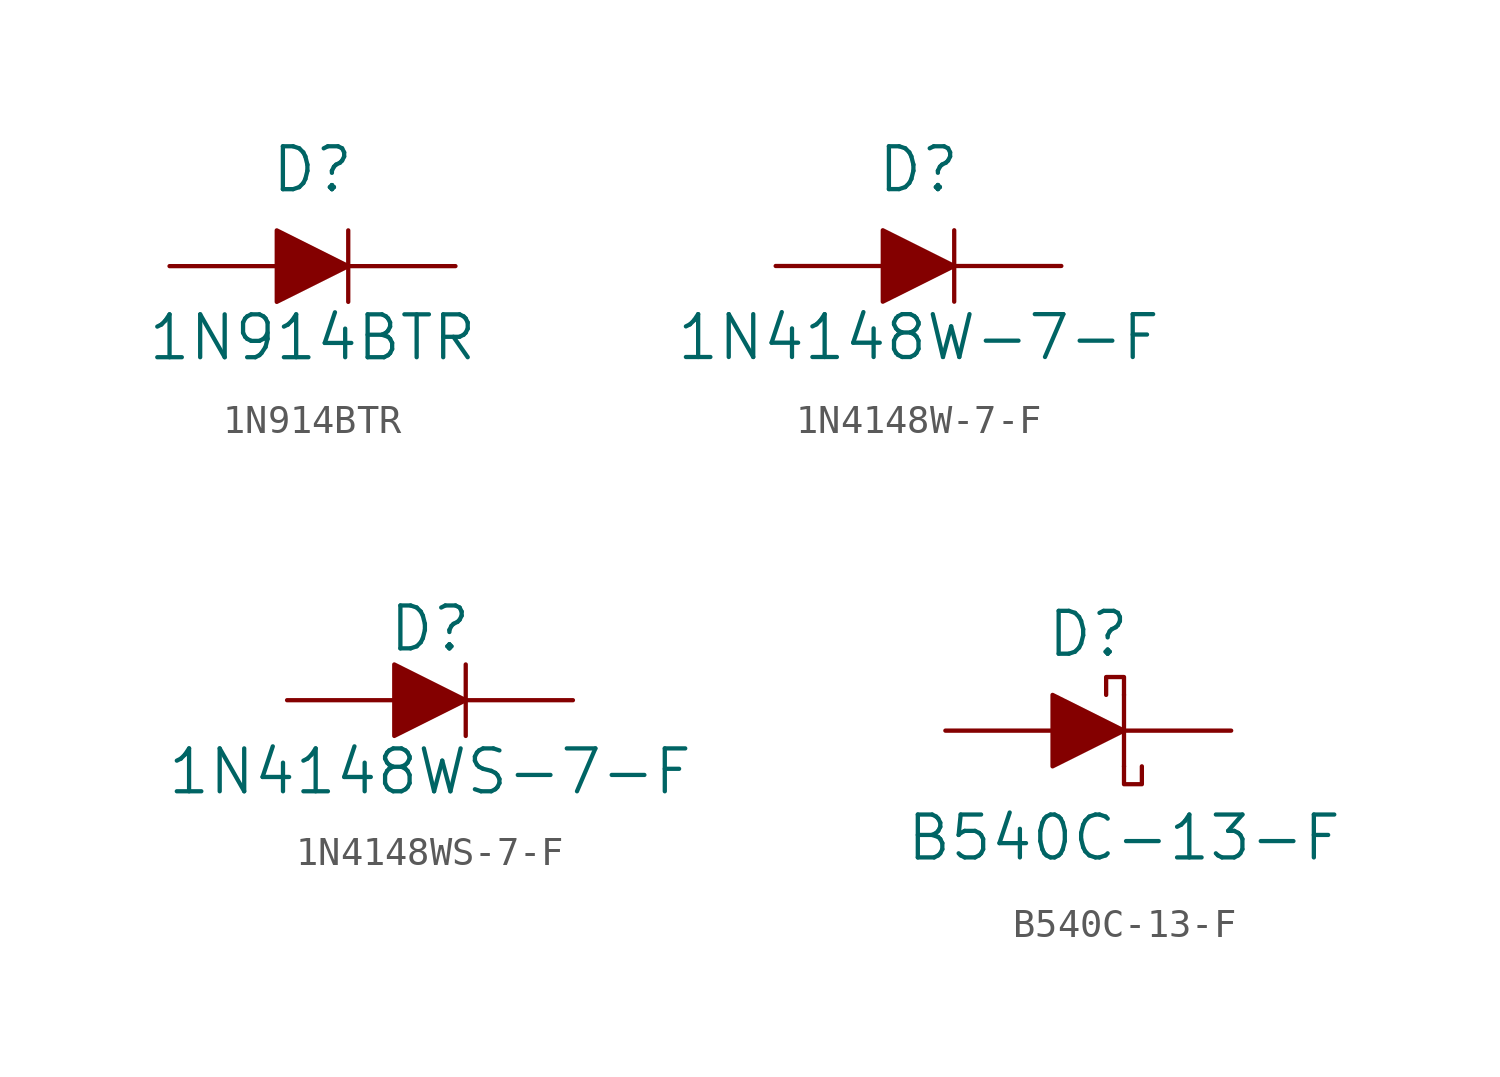
<source format=kicad_sym>
(kicad_symbol_lib
  (version 20220914)
  (generator kicad_symbol_editor)
  (symbol "1N914BTR"
    (pin_numbers hide)
    (pin_names
      (offset 0) hide)
    (property "Reference" "D"
      (at 0 2.54 0)
      (effects (font (size 1.524 1.524)) (justify bottom)))
    (property "Value" "1N914BTR"
      (at 0 -2.54 0)
      (effects (font (size 1.524 1.524))))
    (symbol "1N914BTR_0_1"
      (polyline (pts (xy 1.27 1.27) (xy 1.27 -1.27)) (stroke (width 0) (type default)) (fill (type none)))
      (polyline (pts (xy -1.27 1.27) (xy -1.27 -1.27) (xy 1.27 0) (xy -1.27 1.27)) (stroke (width 0) (type default)) (fill (type outline))))
    (symbol "1N914BTR_1_1"
      (pin passive line (at -5.08 0 0) (length 3.81) (name "~" (effects (font (size 1.27 1.27)))) (number "A" (effects (font (size 1.27 1.27)))))
      (pin passive line (at 5.08 0 180) (length 3.81) (name "~" (effects (font (size 1.27 1.27)))) (number "K" (effects (font (size 1.27 1.27)))))))
  (symbol "1N4148W-7-F"
    (pin_numbers hide)
    (pin_names
      (offset 0) hide)
    (property "Reference" "D"
      (at 0 2.54 0)
      (effects (font (size 1.524 1.524)) (justify bottom)))
    (property "Value" "1N4148W-7-F"
      (at 0 -2.54 0)
      (effects (font (size 1.524 1.524))))
    (symbol "1N4148W-7-F_0_1"
      (polyline (pts (xy 1.27 1.27) (xy 1.27 -1.27)) (stroke (width 0) (type default)) (fill (type none)))
      (polyline (pts (xy -1.27 1.27) (xy -1.27 -1.27) (xy 1.27 0) (xy -1.27 1.27)) (stroke (width 0) (type default)) (fill (type outline))))
    (symbol "1N4148W-7-F_1_1"
      (pin passive line (at -5.08 0 0) (length 3.81) (name "~" (effects (font (size 1.27 1.27)))) (number "A" (effects (font (size 1.27 1.27)))))
      (pin passive line (at 5.08 0 180) (length 3.81) (name "~" (effects (font (size 1.27 1.27)))) (number "K" (effects (font (size 1.27 1.27)))))))
  (symbol "1N4148WS-7-F"
    (pin_numbers hide)
    (pin_names
      (offset 0) hide)
    (property "Reference" "D"
      (at 0 2.54 0)
      (effects (font (size 1.524 1.524))))
    (property "Value" "1N4148WS-7-F"
      (at 0 -2.54 0)
      (effects (font (size 1.524 1.524))))
    (symbol "1N4148WS-7-F_0_1"
      (polyline (pts (xy 1.27 1.27) (xy 1.27 -1.27)) (stroke (width 0) (type default)) (fill (type none)))
      (polyline (pts (xy -1.27 1.27) (xy -1.27 -1.27) (xy 1.27 0) (xy -1.27 1.27)) (stroke (width 0) (type default)) (fill (type outline))))
    (symbol "1N4148WS-7-F_1_1"
      (pin passive line (at -5.08 0 0) (length 3.81) (name "~" (effects (font (size 1.27 1.27)))) (number "A" (effects (font (size 1.27 1.27)))))
      (pin passive line (at 5.08 0 180) (length 3.81) (name "~" (effects (font (size 1.27 1.27)))) (number "K" (effects (font (size 1.27 1.27)))))))
  (symbol "B540C-13-F"
    (pin_numbers hide)
    (pin_names
      (offset 0) hide)
    (property "Reference" "D"
      (at 0 2.54 0)
      (effects (font (size 1.524 1.524)) (justify bottom)))
    (property "Value" "B540C-13-F"
      (at 1.27 -3.81 0)
      (effects (font (size 1.524 1.524))))
    (symbol "B540C-13-F_0_1"
      (polyline (pts (xy 1.27 1.27) (xy 1.27 -1.27)) (stroke (width 0) (type default)) (fill (type none)))
      (polyline (pts (xy -1.27 1.27) (xy -1.27 -1.27) (xy 1.27 0) (xy -1.27 1.27)) (stroke (width 0) (type default)) (fill (type outline)))
      (polyline (pts (xy 1.27 -1.27) (xy 1.27 -1.905) (xy 1.905 -1.905) (xy 1.905 -1.27)) (stroke (width 0) (type default)) (fill (type none)))
      (polyline (pts (xy 1.27 1.27) (xy 1.27 1.905) (xy 0.635 1.905) (xy 0.635 1.27)) (stroke (width 0) (type default)) (fill (type none))))
    (symbol "B540C-13-F_1_1"
      (pin passive line (at -5.08 0 0) (length 3.81) (name "~" (effects (font (size 1.27 1.27)))) (number "A" (effects (font (size 1.27 1.27)))))
      (pin passive line (at 5.08 0 180) (length 3.81) (name "~" (effects (font (size 1.27 1.27)))) (number "K" (effects (font (size 1.27 1.27))))))))
</source>
